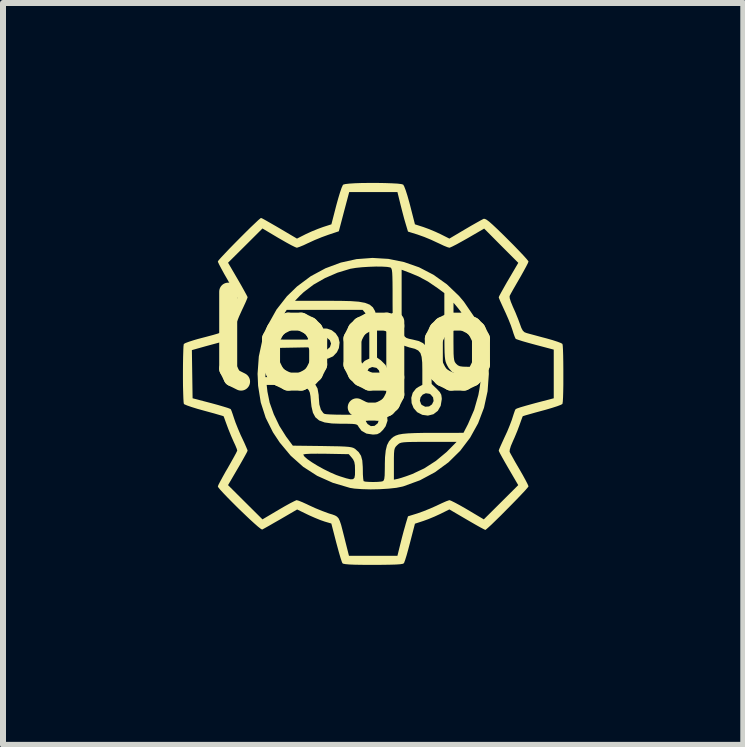
<source format=kicad_pcb>
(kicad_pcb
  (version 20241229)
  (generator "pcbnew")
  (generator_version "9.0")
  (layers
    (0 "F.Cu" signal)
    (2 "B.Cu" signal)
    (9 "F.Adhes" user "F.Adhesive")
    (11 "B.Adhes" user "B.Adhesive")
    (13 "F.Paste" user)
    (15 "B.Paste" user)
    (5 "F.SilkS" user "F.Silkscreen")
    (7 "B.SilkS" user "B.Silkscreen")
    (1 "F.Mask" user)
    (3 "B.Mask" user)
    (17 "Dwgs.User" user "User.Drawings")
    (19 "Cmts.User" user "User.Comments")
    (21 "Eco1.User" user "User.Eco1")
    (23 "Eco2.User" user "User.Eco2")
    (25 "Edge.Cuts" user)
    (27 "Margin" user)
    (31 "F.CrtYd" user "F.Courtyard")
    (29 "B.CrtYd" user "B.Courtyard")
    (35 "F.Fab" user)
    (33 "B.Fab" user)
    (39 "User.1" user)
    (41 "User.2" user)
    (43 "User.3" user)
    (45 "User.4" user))
  (footprint "logo"
    (layer "F.Cu")
    (at 2.826 2.634)
    (property "Reference" "logo" (at 0 0 0) (layer "F.SilkS") (effects (font (size 1.5 1.5) (thickness 0.3))))
    (attr board_only exclude_from_pos_files exclude_from_bom)
    (fp_poly (pts (xy 0.416 -2.634) (xy 0.542 -2.632) (xy 0.656 -2.628) (xy 0.75 -2.623) (xy 0.816 -2.615) (xy 0.846 -2.606) (xy 0.863 -2.576) (xy 0.888 -2.511) (xy 0.917 -2.42) (xy 0.948 -2.31) (xy 0.961 -2.261) (xy 1.042 -1.944) (xy 1.182 -1.899) (xy 1.278 -1.864) (xy 1.385 -1.819) (xy 1.469 -1.78) (xy 1.616 -1.706) (xy 1.881 -1.863) (xy 1.98 -1.921) (xy 2.068 -1.971) (xy 2.138 -2.01) (xy 2.181 -2.033) (xy 2.188 -2.036) (xy 2.207 -2.035) (xy 2.236 -2.021) (xy 2.279 -1.989) (xy 2.338 -1.937) (xy 2.418 -1.862) (xy 2.523 -1.76) (xy 2.582 -1.701) (xy 2.683 -1.6) (xy 2.772 -1.508) (xy 2.846 -1.43) (xy 2.9 -1.37) (xy 2.93 -1.333) (xy 2.935 -1.324) (xy 2.925 -1.297) (xy 2.896 -1.24) (xy 2.853 -1.161) (xy 2.801 -1.068) (xy 2.784 -1.039) (xy 2.728 -0.942) (xy 2.679 -0.857) (xy 2.642 -0.791) (xy 2.622 -0.752) (xy 2.62 -0.747) (xy 2.622 -0.712) (xy 2.641 -0.652) (xy 2.671 -0.579) (xy 2.672 -0.576) (xy 2.716 -0.478) (xy 2.761 -0.367) (xy 2.788 -0.294) (xy 2.816 -0.217) (xy 2.841 -0.171) (xy 2.869 -0.145) (xy 2.908 -0.13) (xy 2.913 -0.129) (xy 2.964 -0.115) (xy 3.046 -0.093) (xy 3.145 -0.066) (xy 3.237 -0.042) (xy 3.335 -0.014) (xy 3.418 0.013) (xy 3.476 0.035) (xy 3.501 0.05) (xy 3.506 0.079) (xy 3.51 0.144) (xy 3.513 0.236) (xy 3.515 0.349) (xy 3.516 0.474) (xy 3.516 0.603) (xy 3.516 0.729) (xy 3.514 0.845) (xy 3.511 0.942) (xy 3.507 1.012) (xy 3.501 1.049) (xy 3.5 1.051) (xy 3.475 1.065) (xy 3.415 1.088) (xy 3.328 1.116) (xy 3.223 1.147) (xy 3.164 1.163) (xy 3.053 1.193) (xy 2.958 1.22) (xy 2.887 1.24) (xy 2.846 1.253) (xy 2.839 1.256) (xy 2.83 1.278) (xy 2.811 1.33) (xy 2.786 1.4) (xy 2.785 1.403) (xy 2.748 1.502) (xy 2.702 1.612) (xy 2.672 1.679) (xy 2.641 1.752) (xy 2.623 1.812) (xy 2.62 1.848) (xy 2.62 1.848) (xy 2.635 1.878) (xy 2.668 1.937) (xy 2.713 2.018) (xy 2.768 2.112) (xy 2.784 2.139) (xy 2.839 2.235) (xy 2.885 2.319) (xy 2.918 2.383) (xy 2.934 2.42) (xy 2.935 2.425) (xy 2.92 2.446) (xy 2.88 2.492) (xy 2.819 2.557) (xy 2.743 2.637) (xy 2.657 2.725) (xy 2.566 2.817) (xy 2.476 2.908) (xy 2.391 2.991) (xy 2.318 3.062) (xy 2.26 3.115) (xy 2.224 3.146) (xy 2.215 3.151) (xy 2.192 3.14) (xy 2.139 3.112) (xy 2.062 3.069) (xy 1.968 3.015) (xy 1.908 2.98) (xy 1.616 2.809) (xy 1.467 2.883) (xy 1.369 2.928) (xy 1.263 2.972) (xy 1.18 3.002) (xy 1.042 3.047) (xy 0.96 3.363) (xy 0.93 3.476) (xy 0.903 3.574) (xy 0.879 3.651) (xy 0.862 3.697) (xy 0.858 3.706) (xy 0.838 3.716) (xy 0.795 3.723) (xy 0.723 3.728) (xy 0.618 3.731) (xy 0.477 3.733) (xy 0.345 3.733) (xy 0.175 3.733) (xy 0.044 3.731) (xy -0.052 3.727) (xy -0.117 3.721) (xy -0.154 3.714) (xy -0.167 3.706) (xy -0.179 3.677) (xy -0.2 3.613) (xy -0.226 3.524) (xy -0.255 3.417) (xy -0.27 3.362) (xy -0.352 3.044) (xy -0.462 3.012) (xy -0.534 2.987) (xy -0.627 2.949) (xy -0.724 2.906) (xy -0.747 2.895) (xy -0.922 2.81) (xy -1.2 2.972) (xy -1.3 3.029) (xy -1.388 3.08) (xy -1.456 3.118) (xy -1.498 3.141) (xy -1.506 3.145) (xy -1.528 3.133) (xy -1.575 3.096) (xy -1.641 3.038) (xy -1.722 2.964) (xy -1.811 2.879) (xy -1.904 2.79) (xy -1.995 2.699) (xy -2.079 2.614) (xy -2.151 2.539) (xy -2.206 2.479) (xy -2.238 2.439) (xy -2.244 2.426) (xy -2.234 2.399) (xy -2.205 2.343) (xy -2.162 2.264) (xy -2.109 2.169) (xy -2.082 2.124) (xy -2.026 2.025) (xy -1.978 1.939) (xy -1.942 1.873) (xy -1.923 1.833) (xy -1.921 1.826) (xy -1.929 1.798) (xy -1.952 1.742) (xy -1.983 1.675) (xy -2.025 1.579) (xy -2.069 1.47) (xy -2.094 1.403) (xy -2.12 1.332) (xy -2.139 1.279) (xy -2.148 1.256) (xy -2.148 1.256) (xy -2.17 1.248) (xy -2.226 1.232) (xy -2.308 1.208) (xy -2.411 1.18) (xy -2.473 1.163) (xy -2.585 1.132) (xy -2.682 1.102) (xy -2.757 1.076) (xy -2.801 1.057) (xy -2.81 1.051) (xy -2.815 1.022) (xy -2.819 0.957) (xy -2.822 0.865) (xy -2.825 0.753) (xy -2.826 0.628) (xy -2.826 0.499) (xy -2.825 0.372) (xy -2.823 0.257) (xy -2.82 0.16) (xy -2.82 0.153) (xy -2.677 0.153) (xy -2.671 0.554) (xy -2.665 0.956) (xy -2.355 1.037) (xy -2.245 1.067) (xy -2.15 1.095) (xy -2.078 1.117) (xy -2.037 1.133) (xy -2.03 1.137) (xy -2.016 1.166) (xy -1.996 1.223) (xy -1.976 1.284) (xy -1.949 1.362) (xy -1.909 1.462) (xy -1.864 1.568) (xy -1.843 1.612) (xy -1.803 1.697) (xy -1.772 1.768) (xy -1.752 1.815) (xy -1.748 1.829) (xy -1.758 1.853) (xy -1.787 1.907) (xy -1.83 1.984) (xy -1.883 2.077) (xy -1.911 2.125) (xy -2.074 2.404) (xy -1.787 2.69) (xy -1.5 2.975) (xy -1.23 2.815) (xy -1.132 2.758) (xy -1.045 2.71) (xy -0.977 2.675) (xy -0.936 2.656) (xy -0.929 2.655) (xy -0.896 2.664) (xy -0.836 2.688) (xy -0.759 2.723) (xy -0.724 2.74) (xy -0.619 2.788) (xy -0.504 2.835) (xy -0.401 2.873) (xy -0.39 2.877) (xy -0.333 2.894) (xy -0.29 2.91) (xy -0.258 2.929) (xy -0.232 2.957) (xy -0.211 3.001) (xy -0.189 3.066) (xy -0.165 3.158) (xy -0.133 3.284) (xy -0.119 3.341) (xy -0.058 3.582) (xy 0.346 3.582) (xy 0.75 3.582) (xy 0.799 3.383) (xy 0.826 3.276) (xy 0.855 3.167) (xy 0.881 3.076) (xy 0.887 3.053) (xy 0.926 2.924) (xy 1.084 2.875) (xy 1.182 2.84) (xy 1.296 2.794) (xy 1.402 2.747) (xy 1.414 2.741) (xy 1.495 2.703) (xy 1.563 2.673) (xy 1.609 2.657) (xy 1.619 2.655) (xy 1.648 2.666) (xy 1.707 2.695) (xy 1.787 2.738) (xy 1.882 2.792) (xy 1.921 2.815) (xy 2.19 2.975) (xy 2.477 2.69) (xy 2.764 2.404) (xy 2.601 2.125) (xy 2.544 2.026) (xy 2.496 1.941) (xy 2.46 1.875) (xy 2.441 1.836) (xy 2.439 1.829) (xy 2.447 1.803) (xy 2.471 1.748) (xy 2.506 1.671) (xy 2.533 1.612) (xy 2.58 1.511) (xy 2.623 1.406) (xy 2.657 1.316) (xy 2.667 1.284) (xy 2.69 1.213) (xy 2.709 1.159) (xy 2.721 1.137) (xy 2.746 1.125) (xy 2.805 1.105) (xy 2.891 1.08) (xy 2.995 1.051) (xy 3.046 1.037) (xy 3.356 0.956) (xy 3.356 0.55) (xy 3.356 0.145) (xy 3.046 0.063) (xy 2.936 0.033) (xy 2.841 0.006) (xy 2.769 -0.017) (xy 2.727 -0.032) (xy 2.721 -0.036) (xy 2.707 -0.065) (xy 2.686 -0.122) (xy 2.667 -0.183) (xy 2.64 -0.262) (xy 2.6 -0.362) (xy 2.554 -0.467) (xy 2.533 -0.512) (xy 2.494 -0.597) (xy 2.462 -0.667) (xy 2.443 -0.714) (xy 2.439 -0.728) (xy 2.449 -0.752) (xy 2.478 -0.806) (xy 2.521 -0.883) (xy 2.574 -0.977) (xy 2.602 -1.024) (xy 2.765 -1.302) (xy 2.48 -1.587) (xy 2.196 -1.873) (xy 1.921 -1.713) (xy 1.821 -1.657) (xy 1.734 -1.609) (xy 1.665 -1.574) (xy 1.624 -1.556) (xy 1.616 -1.554) (xy 1.584 -1.563) (xy 1.524 -1.587) (xy 1.448 -1.623) (xy 1.413 -1.639) (xy 1.31 -1.687) (xy 1.196 -1.734) (xy 1.095 -1.77) (xy 1.084 -1.774) (xy 0.926 -1.823) (xy 0.887 -1.953) (xy 0.863 -2.035) (xy 0.835 -2.141) (xy 0.807 -2.25) (xy 0.799 -2.282) (xy 0.75 -2.482) (xy 0.348 -2.482) (xy -0.054 -2.482) (xy -0.141 -2.155) (xy -0.227 -1.828) (xy -0.401 -1.77) (xy -0.511 -1.73) (xy -0.631 -1.681) (xy -0.735 -1.633) (xy -0.736 -1.633) (xy -0.814 -1.596) (xy -0.88 -1.569) (xy -0.922 -1.555) (xy -0.928 -1.554) (xy -0.957 -1.565) (xy -1.016 -1.594) (xy -1.097 -1.638) (xy -1.191 -1.692) (xy -1.23 -1.714) (xy -1.5 -1.875) (xy -1.787 -1.589) (xy -2.074 -1.304) (xy -1.911 -1.025) (xy -1.854 -0.926) (xy -1.806 -0.84) (xy -1.77 -0.774) (xy -1.75 -0.735) (xy -1.748 -0.728) (xy -1.757 -0.702) (xy -1.78 -0.647) (xy -1.815 -0.571) (xy -1.843 -0.512) (xy -1.889 -0.41) (xy -1.932 -0.305) (xy -1.966 -0.215) (xy -1.976 -0.183) (xy -1.999 -0.113) (xy -2.018 -0.06) (xy -2.029 -0.037) (xy -2.054 -0.025) (xy -2.112 -0.005) (xy -2.192 0.019) (xy -2.246 0.034) (xy -2.35 0.062) (xy -2.453 0.09) (xy -2.538 0.114) (xy -2.563 0.121) (xy -2.677 0.153) (xy -2.82 0.153) (xy -2.817 0.09) (xy -2.812 0.053) (xy -2.811 0.051) (xy -2.784 0.035) (xy -2.725 0.013) (xy -2.644 -0.013) (xy -2.579 -0.032) (xy -2.434 -0.07) (xy -2.325 -0.099) (xy -2.247 -0.122) (xy -2.194 -0.141) (xy -2.16 -0.158) (xy -2.141 -0.175) (xy -2.13 -0.197) (xy -2.122 -0.224) (xy -2.116 -0.242) (xy -2.095 -0.305) (xy -2.06 -0.39) (xy -2.019 -0.484) (xy -2.005 -0.516) (xy -1.968 -0.597) (xy -1.939 -0.665) (xy -1.923 -0.709) (xy -1.921 -0.719) (xy -1.931 -0.745) (xy -1.959 -0.8) (xy -2.002 -0.879) (xy -2.056 -0.973) (xy -2.082 -1.02) (xy -2.139 -1.119) (xy -2.187 -1.207) (xy -2.223 -1.275) (xy -2.242 -1.316) (xy -2.244 -1.324) (xy -2.23 -1.346) (xy -2.189 -1.392) (xy -2.128 -1.457) (xy -2.052 -1.537) (xy -1.966 -1.625) (xy -1.875 -1.717) (xy -1.785 -1.807) (xy -1.7 -1.891) (xy -1.626 -1.961) (xy -1.569 -2.015) (xy -1.533 -2.045) (xy -1.524 -2.05) (xy -1.5 -2.04) (xy -1.447 -2.011) (xy -1.37 -1.967) (xy -1.276 -1.913) (xy -1.216 -1.878) (xy -0.925 -1.706) (xy -0.779 -1.78) (xy -0.681 -1.825) (xy -0.573 -1.869) (xy -0.491 -1.899) (xy -0.351 -1.944) (xy -0.269 -2.262) (xy -0.238 -2.374) (xy -0.208 -2.473) (xy -0.182 -2.55) (xy -0.161 -2.597) (xy -0.154 -2.606) (xy -0.121 -2.615) (xy -0.053 -2.623) (xy 0.043 -2.629) (xy 0.158 -2.633) (xy 0.285 -2.634)) (stroke (width 0) (type solid)) (fill yes) (layer "F.SilkS"))
    (fp_poly (pts (xy 0.599 -1.368) (xy 0.86 -1.315) (xy 1.112 -1.227) (xy 1.351 -1.103) (xy 1.574 -0.944) (xy 1.777 -0.75) (xy 1.858 -0.654) (xy 2.02 -0.417) (xy 2.143 -0.162) (xy 2.225 0.109) (xy 2.268 0.394) (xy 2.274 0.55) (xy 2.253 0.839) (xy 2.193 1.114) (xy 2.095 1.373) (xy 1.962 1.613) (xy 1.797 1.831) (xy 1.601 2.024) (xy 1.376 2.189) (xy 1.126 2.323) (xy 0.852 2.423) (xy 0.83 2.429) (xy 0.731 2.449) (xy 0.602 2.463) (xy 0.455 2.472) (xy 0.303 2.475) (xy 0.159 2.471) (xy 0.034 2.462) (xy -0.041 2.45) (xy -0.328 2.365) (xy -0.588 2.249) (xy -0.821 2.099) (xy -1.029 1.914) (xy -1.044 1.896) (xy -0.82 1.896) (xy -0.801 1.927) (xy -0.751 1.971) (xy -0.675 2.024) (xy -0.582 2.081) (xy -0.479 2.138) (xy -0.372 2.191) (xy -0.271 2.235) (xy -0.209 2.257) (xy -0.104 2.29) (xy -0.033 2.307) (xy 0.01 2.305) (xy 0.033 2.282) (xy 0.042 2.234) (xy 0.043 2.16) (xy 0.043 2.159) (xy 0.041 2.074) (xy 0.031 2.017) (xy 0.011 1.975) (xy -0.009 1.949) (xy -0.061 1.888) (xy -0.44 1.881) (xy -0.586 1.88) (xy -0.699 1.881) (xy -0.777 1.885) (xy -0.816 1.892) (xy -0.82 1.896) (xy -1.044 1.896) (xy -1.213 1.693) (xy -1.325 1.524) (xy -1.446 1.282) (xy -1.529 1.024) (xy -1.573 0.748) (xy -1.579 0.604) (xy -1.452 0.604) (xy -1.109 0.604) (xy -0.977 0.605) (xy -0.88 0.607) (xy -0.811 0.612) (xy -0.763 0.62) (xy -0.729 0.631) (xy -0.704 0.645) (xy -0.628 0.712) (xy -0.582 0.793) (xy -0.563 0.9) (xy -0.561 0.945) (xy -0.552 1.059) (xy -0.526 1.147) (xy -0.485 1.204) (xy -0.463 1.217) (xy -0.428 1.222) (xy -0.361 1.226) (xy -0.27 1.229) (xy -0.176 1.23) (xy 0.076 1.23) (xy 0.11 1.169) (xy 0.152 1.12) (xy 0.213 1.077) (xy 0.226 1.07) (xy 0.322 1.046) (xy 0.417 1.063) (xy 0.503 1.12) (xy 0.527 1.146) (xy 0.576 1.234) (xy 0.585 1.329) (xy 0.553 1.423) (xy 0.51 1.482) (xy 0.46 1.531) (xy 0.413 1.555) (xy 0.352 1.561) (xy 0.34 1.561) (xy 0.234 1.545) (xy 0.152 1.499) (xy 0.103 1.434) (xy 0.092 1.412) (xy 0.075 1.397) (xy 0.046 1.388) (xy -0.003 1.383) (xy -0.081 1.381) (xy -0.182 1.381) (xy -0.342 1.376) (xy -0.464 1.359) (xy -0.555 1.326) (xy -0.612 1.278) (xy 0.221 1.278) (xy 0.225 1.342) (xy 0.252 1.385) (xy 0.307 1.42) (xy 0.368 1.416) (xy 0.419 1.375) (xy 0.423 1.369) (xy 0.443 1.309) (xy 0.431 1.254) (xy 0.394 1.212) (xy 0.343 1.191) (xy 0.287 1.201) (xy 0.258 1.22) (xy 0.221 1.278) (xy -0.612 1.278) (xy -0.618 1.273) (xy -0.659 1.197) (xy -0.683 1.094) (xy -0.692 1.01) (xy -0.7 0.92) (xy -0.711 0.861) (xy -0.728 0.823) (xy -0.755 0.792) (xy -0.764 0.784) (xy -0.789 0.764) (xy -0.817 0.75) (xy -0.856 0.741) (xy -0.912 0.736) (xy -0.995 0.734) (xy -1.112 0.734) (xy -1.126 0.734) (xy -1.43 0.734) (xy -1.417 0.847) (xy -1.38 1.03) (xy -1.311 1.223) (xy -1.218 1.417) (xy -1.104 1.598) (xy -1.093 1.612) (xy -0.994 1.746) (xy -0.503 1.752) (xy -0.343 1.755) (xy -0.221 1.757) (xy -0.13 1.761) (xy -0.065 1.766) (xy -0.02 1.773) (xy 0.012 1.782) (xy 0.035 1.794) (xy 0.047 1.802) (xy 0.105 1.855) (xy 0.143 1.915) (xy 0.164 1.993) (xy 0.172 2.1) (xy 0.173 2.142) (xy 0.174 2.226) (xy 0.179 2.294) (xy 0.185 2.333) (xy 0.187 2.338) (xy 0.216 2.346) (xy 0.273 2.35) (xy 0.345 2.352) (xy 0.419 2.35) (xy 0.478 2.345) (xy 0.505 2.339) (xy 0.521 2.326) (xy 0.531 2.297) (xy 0.537 2.244) (xy 0.539 2.16) (xy 0.54 2.088) (xy 0.54 2.051) (xy 0.691 2.051) (xy 0.691 2.313) (xy 0.761 2.298) (xy 0.814 2.283) (xy 0.893 2.257) (xy 0.981 2.225) (xy 0.999 2.218) (xy 1.197 2.125) (xy 1.391 2) (xy 1.569 1.852) (xy 1.607 1.814) (xy 1.736 1.683) (xy 1.27 1.683) (xy 1.117 1.683) (xy 1.001 1.684) (xy 0.917 1.686) (xy 0.857 1.69) (xy 0.816 1.696) (xy 0.788 1.705) (xy 0.768 1.718) (xy 0.748 1.736) (xy 0.748 1.736) (xy 0.724 1.76) (xy 0.708 1.785) (xy 0.698 1.82) (xy 0.693 1.873) (xy 0.691 1.953) (xy 0.691 2.051) (xy 0.54 2.051) (xy 0.543 1.939) (xy 0.555 1.825) (xy 0.576 1.739) (xy 0.609 1.674) (xy 0.648 1.629) (xy 0.682 1.6) (xy 0.722 1.578) (xy 0.772 1.561) (xy 0.839 1.549) (xy 0.928 1.541) (xy 1.044 1.536) (xy 1.193 1.533) (xy 1.362 1.533) (xy 1.851 1.532) (xy 1.926 1.387) (xy 2.029 1.149) (xy 2.099 0.902) (xy 2.114 0.82) (xy 2.13 0.716) (xy 2.137 0.648) (xy 2.129 0.608) (xy 2.101 0.589) (xy 2.049 0.583) (xy 1.968 0.583) (xy 1.958 0.583) (xy 1.828 0.576) (xy 1.731 0.555) (xy 1.659 0.515) (xy 1.605 0.453) (xy 1.581 0.411) (xy 1.566 0.38) (xy 1.554 0.348) (xy 1.546 0.311) (xy 1.54 0.262) (xy 1.536 0.195) (xy 1.534 0.105) (xy 1.533 0.004) (xy 1.684 0.004) (xy 1.685 0.124) (xy 1.686 0.212) (xy 1.69 0.274) (xy 1.696 0.317) (xy 1.704 0.345) (xy 1.716 0.365) (xy 1.73 0.382) (xy 1.758 0.407) (xy 1.792 0.422) (xy 1.843 0.429) (xy 1.922 0.431) (xy 1.957 0.432) (xy 2.137 0.432) (xy 2.124 0.34) (xy 2.078 0.113) (xy 2.005 -0.109) (xy 1.912 -0.315) (xy 1.801 -0.495) (xy 1.743 -0.568) (xy 1.685 -0.637) (xy 1.684 -0.152) (xy 1.684 0.004) (xy 1.533 0.004) (xy 1.533 -0.014) (xy 1.532 -0.169) (xy 1.532 -0.241) (xy 1.532 -0.797) (xy 1.419 -0.881) (xy 1.259 -0.99) (xy 1.103 -1.074) (xy 0.965 -1.132) (xy 0.82 -1.187) (xy 0.82 -0.66) (xy 0.82 -0.484) (xy 0.822 -0.345) (xy 0.826 -0.239) (xy 0.835 -0.162) (xy 0.849 -0.108) (xy 0.871 -0.072) (xy 0.901 -0.05) (xy 0.942 -0.036) (xy 0.994 -0.025) (xy 1.008 -0.022) (xy 1.107 0.002) (xy 1.177 0.037) (xy 1.231 0.089) (xy 1.258 0.129) (xy 1.279 0.169) (xy 1.294 0.214) (xy 1.303 0.275) (xy 1.31 0.362) (xy 1.313 0.462) (xy 1.321 0.718) (xy 1.405 0.798) (xy 1.456 0.852) (xy 1.481 0.898) (xy 1.489 0.954) (xy 1.489 0.973) (xy 1.471 1.082) (xy 1.423 1.166) (xy 1.35 1.222) (xy 1.258 1.245) (xy 1.164 1.232) (xy 1.079 1.188) (xy 1.019 1.119) (xy 0.986 1.036) (xy 0.984 0.996) (xy 1.124 0.996) (xy 1.144 1.052) (xy 1.156 1.067) (xy 1.213 1.097) (xy 1.278 1.092) (xy 1.326 1.058) (xy 1.353 1.002) (xy 1.344 0.941) (xy 1.303 0.892) (xy 1.284 0.881) (xy 1.223 0.872) (xy 1.171 0.895) (xy 1.135 0.94) (xy 1.124 0.996) (xy 0.984 0.996) (xy 0.981 0.948) (xy 1.005 0.864) (xy 1.06 0.794) (xy 1.104 0.765) (xy 1.165 0.733) (xy 1.165 0.488) (xy 1.163 0.359) (xy 1.153 0.266) (xy 1.133 0.202) (xy 1.097 0.16) (xy 1.042 0.132) (xy 0.964 0.112) (xy 0.954 0.11) (xy 0.835 0.071) (xy 0.749 0.004) (xy 0.692 -0.092) (xy 0.692 -0.093) (xy 0.684 -0.135) (xy 0.678 -0.216) (xy 0.674 -0.331) (xy 0.67 -0.476) (xy 0.669 -0.645) (xy 0.669 -0.682) (xy 0.669 -0.847) (xy 0.668 -0.974) (xy 0.666 -1.069) (xy 0.663 -1.135) (xy 0.658 -1.179) (xy 0.65 -1.205) (xy 0.641 -1.219) (xy 0.631 -1.225) (xy 0.58 -1.234) (xy 0.496 -1.239) (xy 0.392 -1.24) (xy 0.276 -1.236) (xy 0.161 -1.229) (xy 0.056 -1.218) (xy -0.027 -1.204) (xy -0.034 -1.203) (xy -0.249 -1.138) (xy -0.457 -1.048) (xy -0.648 -0.939) (xy -0.81 -0.816) (xy -0.873 -0.757) (xy -0.958 -0.669) (xy -0.409 -0.669) (xy -0.2 -0.668) (xy -0.029 -0.664) (xy 0.106 -0.654) (xy 0.21 -0.635) (xy 0.287 -0.605) (xy 0.341 -0.56) (xy 0.377 -0.497) (xy 0.397 -0.414) (xy 0.407 -0.307) (xy 0.41 -0.174) (xy 0.41 -0.082) (xy 0.41 0.278) (xy 0.475 0.324) (xy 0.551 0.4) (xy 0.592 0.488) (xy 0.599 0.58) (xy 0.574 0.667) (xy 0.518 0.742) (xy 0.431 0.794) (xy 0.41 0.801) (xy 0.318 0.808) (xy 0.231 0.779) (xy 0.157 0.722) (xy 0.106 0.643) (xy 0.086 0.55) (xy 0.086 0.55) (xy 0.087 0.549) (xy 0.237 0.549) (xy 0.253 0.619) (xy 0.297 0.66) (xy 0.359 0.666) (xy 0.411 0.647) (xy 0.446 0.607) (xy 0.456 0.55) (xy 0.442 0.492) (xy 0.404 0.452) (xy 0.399 0.449) (xy 0.329 0.435) (xy 0.274 0.458) (xy 0.242 0.511) (xy 0.237 0.549) (xy 0.087 0.549) (xy 0.103 0.472) (xy 0.144 0.395) (xy 0.201 0.335) (xy 0.227 0.32) (xy 0.281 0.295) (xy 0.281 -0.045) (xy 0.28 -0.173) (xy 0.279 -0.266) (xy 0.275 -0.331) (xy 0.269 -0.375) (xy 0.257 -0.406) (xy 0.241 -0.431) (xy 0.225 -0.452) (xy 0.169 -0.518) (xy -0.464 -0.518) (xy -1.096 -0.518) (xy -1.162 -0.415) (xy -1.207 -0.34) (xy -1.252 -0.255) (xy -1.292 -0.172) (xy -1.322 -0.102) (xy -1.337 -0.055) (xy -1.338 -0.049) (xy -1.326 -0.037) (xy -1.289 -0.029) (xy -1.221 -0.024) (xy -1.116 -0.022) (xy -1.043 -0.022) (xy -0.749 -0.022) (xy -0.675 -0.107) (xy -0.595 -0.175) (xy -0.509 -0.207) (xy -0.424 -0.206) (xy -0.345 -0.178) (xy -0.28 -0.127) (xy -0.234 -0.058) (xy -0.214 0.026) (xy -0.226 0.119) (xy -0.259 0.189) (xy -0.323 0.257) (xy -0.406 0.294) (xy -0.497 0.301) (xy -0.586 0.279) (xy -0.662 0.227) (xy -0.702 0.172) (xy -0.735 0.107) (xy -1.062 0.113) (xy -1.389 0.119) (xy -1.407 0.183) (xy -1.417 0.236) (xy -1.427 0.316) (xy -1.437 0.408) (xy -1.438 0.426) (xy -1.452 0.604) (xy -1.579 0.604) (xy -1.582 0.55) (xy -1.561 0.259) (xy -1.508 0.012) (xy -0.581 0.012) (xy -0.577 0.074) (xy -0.548 0.128) (xy -0.535 0.139) (xy -0.496 0.165) (xy -0.471 0.17) (xy -0.44 0.155) (xy -0.431 0.151) (xy -0.375 0.103) (xy -0.357 0.044) (xy -0.377 -0.012) (xy -0.424 -0.052) (xy -0.485 -0.066) (xy -0.542 -0.05) (xy -0.557 -0.039) (xy -0.581 0.012) (xy -1.508 0.012) (xy -1.501 -0.018) (xy -1.402 -0.28) (xy -1.266 -0.523) (xy -1.093 -0.744) (xy -0.924 -0.908) (xy -0.695 -1.079) (xy -0.45 -1.211) (xy -0.195 -1.306) (xy 0.068 -1.364) (xy 0.334 -1.384)) (stroke (width 0) (type solid)) (fill yes) (layer "F.SilkS")))
  (gr_rect
    (start -3 -3)
    (end 9.342 9.368)
    (stroke (width 0.1) (type default))
    (fill no)
    (layer "Edge.Cuts")))
</source>
